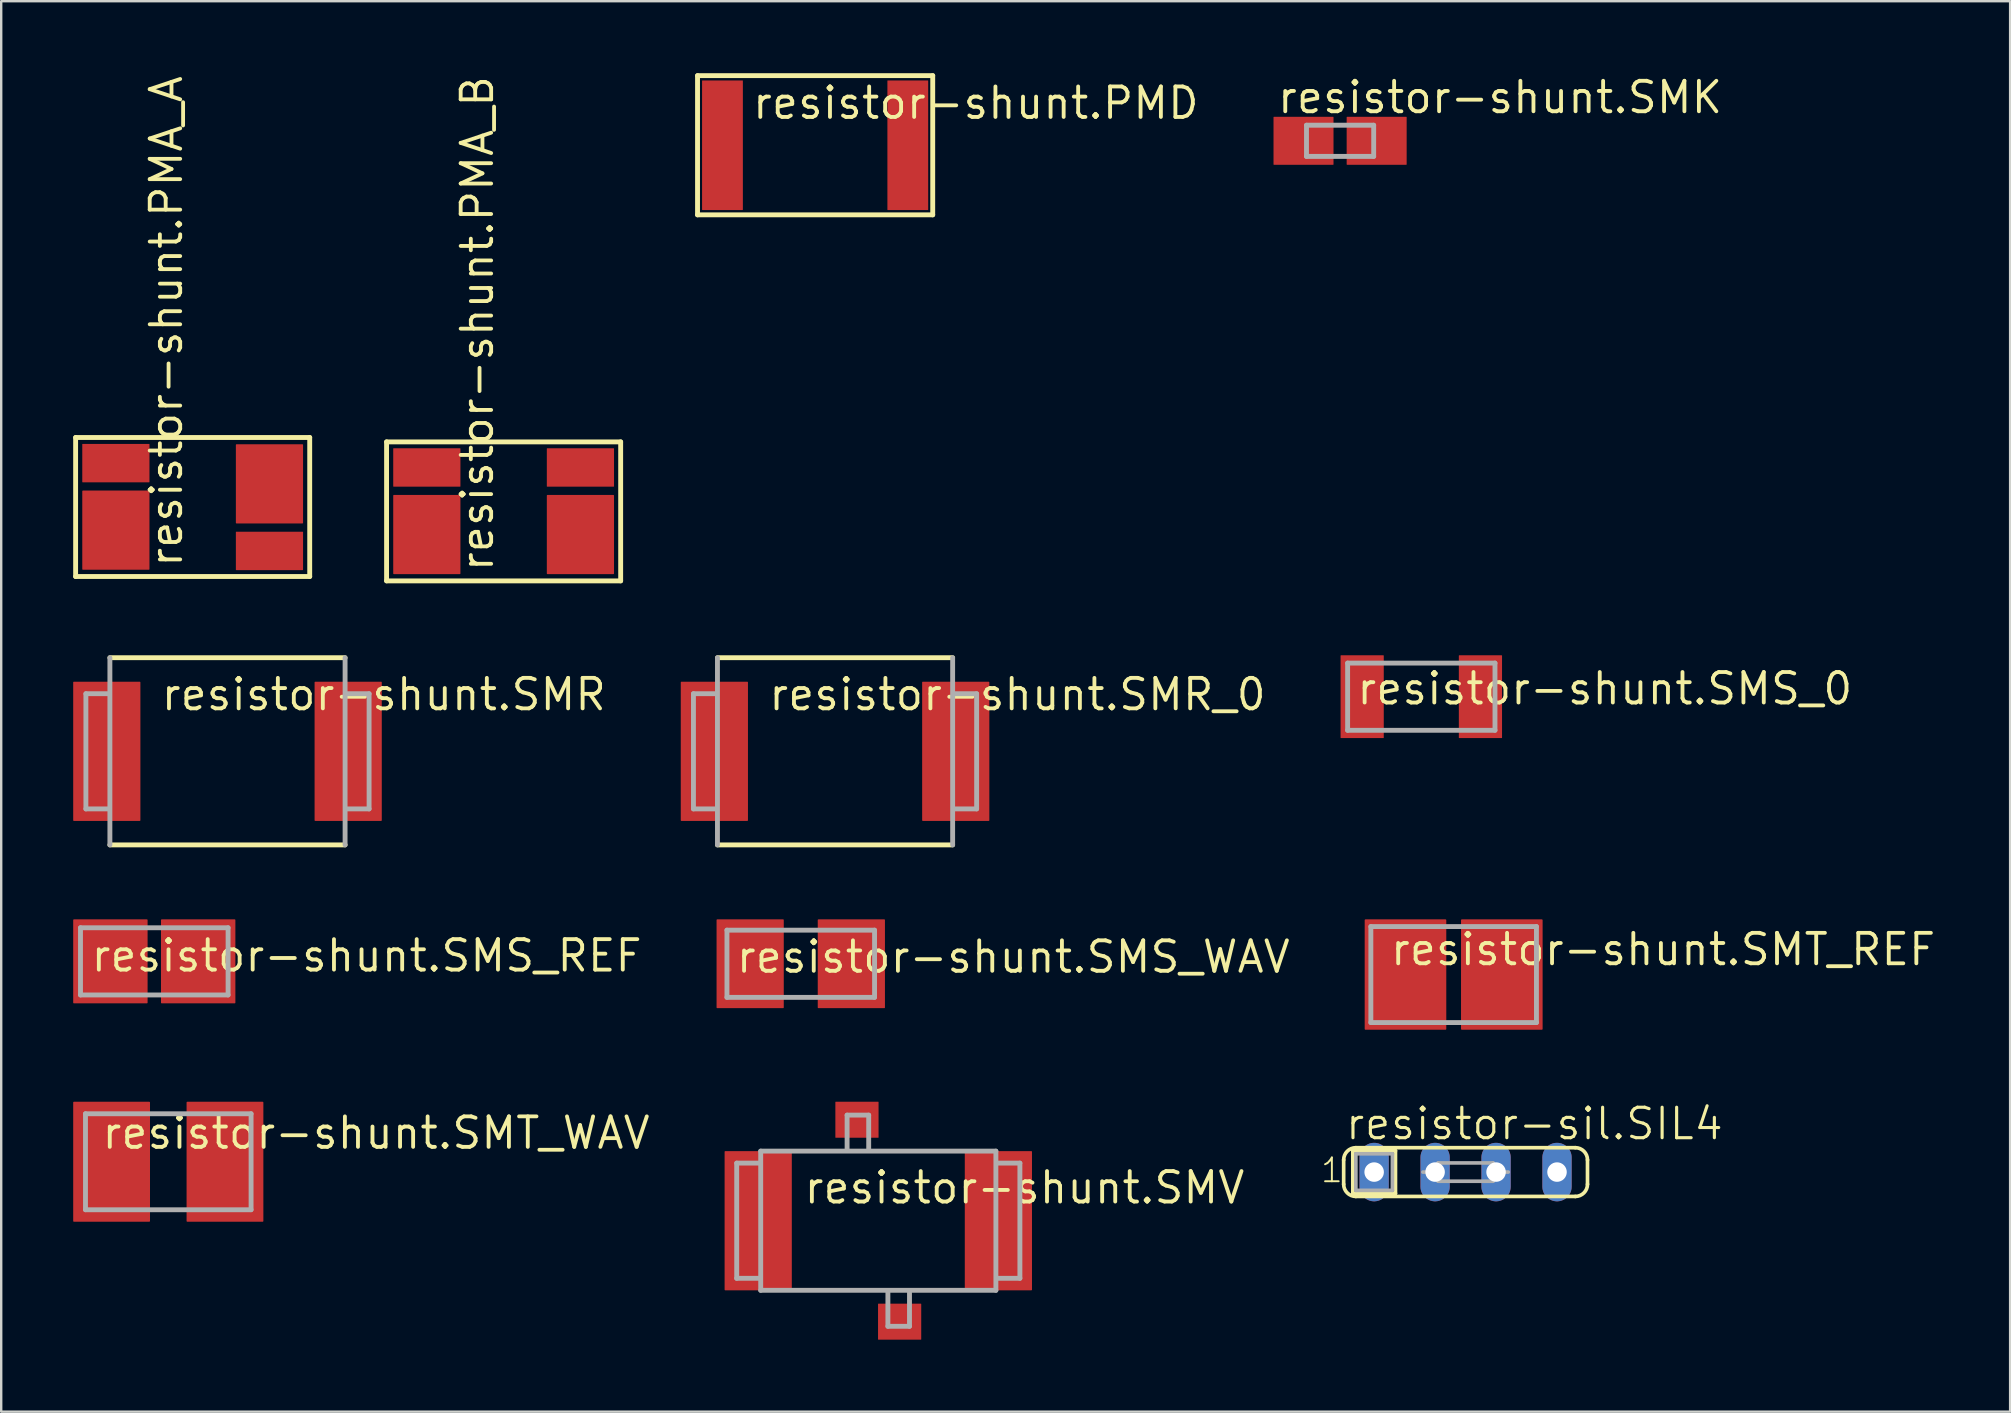
<source format=kicad_pcb>
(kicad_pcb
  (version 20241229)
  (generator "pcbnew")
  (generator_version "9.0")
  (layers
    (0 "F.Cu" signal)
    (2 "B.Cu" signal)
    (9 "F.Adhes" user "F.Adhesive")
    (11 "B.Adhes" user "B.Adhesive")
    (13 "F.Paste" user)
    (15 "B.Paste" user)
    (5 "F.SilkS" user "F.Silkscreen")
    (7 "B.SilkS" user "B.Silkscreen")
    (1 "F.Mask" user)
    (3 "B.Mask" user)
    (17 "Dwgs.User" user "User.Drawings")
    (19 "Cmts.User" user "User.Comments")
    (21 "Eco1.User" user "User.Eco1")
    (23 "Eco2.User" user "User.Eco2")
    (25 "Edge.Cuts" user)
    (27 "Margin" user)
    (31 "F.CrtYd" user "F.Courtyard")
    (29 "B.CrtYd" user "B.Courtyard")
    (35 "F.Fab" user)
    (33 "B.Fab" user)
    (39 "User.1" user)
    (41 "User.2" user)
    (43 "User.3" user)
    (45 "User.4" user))
  (footprint "resistor-shunt.PMA_B"
    (layer "F.Cu")
    (at 17.935 18.258)
    (property "Reference" "resistor-shunt.PMA_B" (at -0.356 2.591 90) (layer "F.SilkS") (effects (font (size 1.27 1.27) (thickness 0.16)) (justify left bottom)))
    (attr smd)
    (fp_line (start -4.877 -2.896) (end 4.877 -2.896) (stroke (width 0.203) (type default)) (layer "F.SilkS"))
    (fp_line (start -4.877 2.896) (end -4.877 -2.896) (stroke (width 0.203) (type default)) (layer "F.SilkS"))
    (fp_line (start 4.877 -2.896) (end 4.877 2.896) (stroke (width 0.203) (type default)) (layer "F.SilkS"))
    (fp_line (start 4.877 2.896) (end -4.877 2.896) (stroke (width 0.203) (type default)) (layer "F.SilkS"))
    (pad "A" smd roundrect (at 3.2 0.965) (size 2.8 3.3) (layers "F.Cu" "F.Mask" "F.Paste") (roundrect_rratio 0.01))
    (pad "B" smd roundrect (at -3.2 0.965) (size 2.8 3.3) (layers "F.Cu" "F.Mask" "F.Paste") (roundrect_rratio 0.01))
    (pad "SA" smd roundrect (at 3.2 -1.829) (size 2.8 1.6) (layers "F.Cu" "F.Mask" "F.Paste") (roundrect_rratio 0.01))
    (pad "SB" smd roundrect (at -3.2 -1.829) (size 2.8 1.6) (layers "F.Cu" "F.Mask" "F.Paste") (roundrect_rratio 0.01)))
  (footprint "resistor-shunt.SMR"
    (layer "F.Cu")
    (at 6.429 28.256)
    (property "Reference" "resistor-shunt.SMR" (at -2.845 -1.626 0) (layer "F.SilkS") (effects (font (size 1.27 1.27) (thickness 0.16)) (justify left bottom)))
    (attr smd)
    (fp_line (start -4.9 -3.9) (end 4.9 -3.9) (stroke (width 0.203) (type default)) (layer "F.SilkS"))
    (fp_line (start 4.9 3.9) (end -4.9 3.9) (stroke (width 0.203) (type default)) (layer "F.SilkS"))
    (fp_line (start -5.9 -2.4) (end -4.991 -2.4) (stroke (width 0.203) (type default)) (layer "F.Fab"))
    (fp_line (start -5.9 2.4) (end -5.9 -2.4) (stroke (width 0.203) (type default)) (layer "F.Fab"))
    (fp_line (start -4.94 2.4) (end -5.9 2.4) (stroke (width 0.203) (type default)) (layer "F.Fab"))
    (fp_line (start -4.9 3.9) (end -4.9 -3.9) (stroke (width 0.203) (type default)) (layer "F.Fab"))
    (fp_line (start 4.9 -3.9) (end 4.9 3.9) (stroke (width 0.203) (type default)) (layer "F.Fab"))
    (fp_line (start 4.94 -2.4) (end 5.9 -2.4) (stroke (width 0.203) (type default)) (layer "F.Fab"))
    (fp_line (start 5.9 -2.4) (end 5.9 2.4) (stroke (width 0.203) (type default)) (layer "F.Fab"))
    (fp_line (start 5.9 2.4) (end 4.94 2.4) (stroke (width 0.203) (type default)) (layer "F.Fab"))
    (pad "1" smd roundrect (at 5.029 0) (size 2.8 5.8) (layers "F.Cu" "F.Mask" "F.Paste") (roundrect_rratio 0.01))
    (pad "2" smd roundrect (at -5.029 0) (size 2.8 5.8) (layers "F.Cu" "F.Mask" "F.Paste") (roundrect_rratio 0.01)))
  (footprint "resistor-shunt.SMS_REF"
    (layer "F.Cu")
    (at 3.379 37.008)
    (property "Reference" "resistor-shunt.SMS_REF" (at -2.718 0.508 0) (layer "F.SilkS") (effects (font (size 1.27 1.27) (thickness 0.16)) (justify left bottom)))
    (attr smd)
    (fp_line (start -3.075 -1.4) (end 3.075 -1.4) (stroke (width 0.203) (type default)) (layer "F.Fab"))
    (fp_line (start -3.075 1.4) (end -3.075 -1.4) (stroke (width 0.203) (type default)) (layer "F.Fab"))
    (fp_line (start 3.075 -1.4) (end 3.075 1.4) (stroke (width 0.203) (type default)) (layer "F.Fab"))
    (fp_line (start 3.075 1.4) (end -3.075 1.4) (stroke (width 0.203) (type default)) (layer "F.Fab"))
    (pad "1" smd roundrect (at 1.829 0) (size 3.1 3.5) (layers "F.Cu" "F.Mask" "F.Paste") (roundrect_rratio 0.01))
    (pad "2" smd roundrect (at -1.829 0) (size 3.1 3.5) (layers "F.Cu" "F.Mask" "F.Paste") (roundrect_rratio 0.01)))
  (footprint "resistor-sil.SIL4"
    (layer "F.Cu")
    (at 58.018 45.788)
    (property "Reference" "resistor-sil.SIL4" (at -5.08 -1.27 0) (layer "F.SilkS") (effects (font (size 1.27 1.27) (thickness 0.13)) (justify left bottom)))
    (attr through_hole)
    (fp_line (start -5.08 0.508) (end -5.08 -0.508) (stroke (width 0.152) (type default)) (layer "F.SilkS"))
    (fp_line (start -4.699 -0.889) (end -4.699 0.889) (stroke (width 0.152) (type default)) (layer "F.SilkS"))
    (fp_line (start -2.921 -0.889) (end -4.699 -0.889) (stroke (width 0.152) (type default)) (layer "F.SilkS"))
    (fp_line (start -2.921 -0.889) (end -2.921 0.889) (stroke (width 0.152) (type default)) (layer "F.SilkS"))
    (fp_line (start -2.921 0.889) (end -4.699 0.889) (stroke (width 0.152) (type default)) (layer "F.SilkS"))
    (fp_line (start 4.572 -1.016) (end -4.572 -1.016) (stroke (width 0.152) (type default)) (layer "F.SilkS"))
    (fp_line (start 4.572 1.016) (end -4.572 1.016) (stroke (width 0.152) (type default)) (layer "F.SilkS"))
    (fp_line (start 5.08 0.508) (end 5.08 -0.508) (stroke (width 0.152) (type default)) (layer "F.SilkS"))
    (fp_arc (start -5.08 -0.508) (mid -4.93121 -0.86721) (end -4.572 -1.016) (stroke (width 0.1524) (type default)) (layer "F.SilkS"))
    (fp_arc (start -4.572 1.016) (mid -4.93121 0.86721) (end -5.08 0.508) (stroke (width 0.1524) (type default)) (layer "F.SilkS"))
    (fp_arc (start 4.572 -1.016) (mid 4.93121 -0.86721) (end 5.08 -0.508) (stroke (width 0.1524) (type default)) (layer "F.SilkS"))
    (fp_arc (start 5.08 0.508) (mid 4.93121 0.86721) (end 4.572 1.016) (stroke (width 0.1524) (type default)) (layer "F.SilkS"))
    (fp_line (start -4.572 -0.762) (end -3.048 -0.762) (stroke (width 0.152) (type default)) (layer "F.Fab"))
    (fp_line (start -4.572 0.762) (end -4.572 -0.762) (stroke (width 0.152) (type default)) (layer "F.Fab"))
    (fp_line (start -3.048 -0.762) (end -3.048 0.762) (stroke (width 0.152) (type default)) (layer "F.Fab"))
    (fp_line (start -3.048 0.762) (end -4.572 0.762) (stroke (width 0.152) (type default)) (layer "F.Fab"))
    (fp_line (start -1.778 0) (end -1.143 0) (stroke (width 0.152) (type default)) (layer "F.Fab"))
    (fp_line (start -1.143 -0.381) (end 1.143 -0.381) (stroke (width 0.152) (type default)) (layer "F.Fab"))
    (fp_line (start -1.143 0) (end -1.143 -0.381) (stroke (width 0.152) (type default)) (layer "F.Fab"))
    (fp_line (start -1.143 0.381) (end -1.143 0) (stroke (width 0.152) (type default)) (layer "F.Fab"))
    (fp_line (start 1.143 -0.381) (end 1.143 0) (stroke (width 0.152) (type default)) (layer "F.Fab"))
    (fp_line (start 1.143 0) (end 1.143 0.381) (stroke (width 0.152) (type default)) (layer "F.Fab"))
    (fp_line (start 1.143 0.381) (end -1.143 0.381) (stroke (width 0.152) (type default)) (layer "F.Fab"))
    (fp_line (start 1.778 0) (end 1.143 0) (stroke (width 0.152) (type default)) (layer "F.Fab"))
    (fp_text user "1" (at -6.096 0.508 0) (layer "F.SilkS") (effects (font (size 0.991 0.991) (thickness 0.08)) (justify left bottom)))
    (pad "1" thru_hole oval (at -3.81 0 90) (size 2.438 1.219) (drill 0.813) (layers "*.Cu" "*.Mask"))
    (pad "2" thru_hole oval (at -1.27 0 90) (size 2.438 1.219) (drill 0.813) (layers "*.Cu" "*.Mask"))
    (pad "3" thru_hole oval (at 1.27 0 90) (size 2.438 1.219) (drill 0.813) (layers "*.Cu" "*.Mask"))
    (pad "4" thru_hole oval (at 3.81 0 90) (size 2.438 1.219) (drill 0.813) (layers "*.Cu" "*.Mask")))
  (footprint "resistor-shunt.SMS_WAV"
    (layer "F.Cu")
    (at 30.316 37.108)
    (property "Reference" "resistor-shunt.SMS_WAV" (at -2.769 0.457 0) (layer "F.SilkS") (effects (font (size 1.27 1.27) (thickness 0.16)) (justify left bottom)))
    (attr smd)
    (fp_line (start -3.075 -1.4) (end 3.075 -1.4) (stroke (width 0.203) (type default)) (layer "F.Fab"))
    (fp_line (start -3.075 1.4) (end -3.075 -1.4) (stroke (width 0.203) (type default)) (layer "F.Fab"))
    (fp_line (start 3.075 -1.4) (end 3.075 1.4) (stroke (width 0.203) (type default)) (layer "F.Fab"))
    (fp_line (start 3.075 1.4) (end -3.075 1.4) (stroke (width 0.203) (type default)) (layer "F.Fab"))
    (pad "1" smd roundrect (at 2.108 0) (size 2.8 3.7) (layers "F.Cu" "F.Mask" "F.Paste") (roundrect_rratio 0.01))
    (pad "2" smd roundrect (at -2.108 0) (size 2.8 3.7) (layers "F.Cu" "F.Mask" "F.Paste") (roundrect_rratio 0.01)))
  (footprint "resistor-shunt.SMV"
    (layer "F.Cu")
    (at 33.547 47.815)
    (property "Reference" "resistor-shunt.SMV" (at -3.175 -0.635 0) (layer "F.SilkS") (effects (font (size 1.27 1.27) (thickness 0.16)) (justify left bottom)))
    (attr smd)
    (fp_line (start -5.9 -2.4) (end -4.94 -2.4) (stroke (width 0.203) (type default)) (layer "F.Fab"))
    (fp_line (start -5.9 2.4) (end -5.9 -2.4) (stroke (width 0.203) (type default)) (layer "F.Fab"))
    (fp_line (start -4.965 2.4) (end -5.9 2.4) (stroke (width 0.203) (type default)) (layer "F.Fab"))
    (fp_line (start -4.9 -2.9) (end 4.9 -2.9) (stroke (width 0.203) (type default)) (layer "F.Fab"))
    (fp_line (start -4.9 2.9) (end -4.9 -2.9) (stroke (width 0.203) (type default)) (layer "F.Fab"))
    (fp_line (start -1.3 -4.4) (end -0.4 -4.4) (stroke (width 0.203) (type default)) (layer "F.Fab"))
    (fp_line (start -1.3 -2.994) (end -1.3 -4.4) (stroke (width 0.203) (type default)) (layer "F.Fab"))
    (fp_line (start -0.4 -2.994) (end -0.4 -4.4) (stroke (width 0.203) (type default)) (layer "F.Fab"))
    (fp_line (start 0.4 2.994) (end 0.4 4.4) (stroke (width 0.203) (type default)) (layer "F.Fab"))
    (fp_line (start 1.3 2.994) (end 1.3 4.4) (stroke (width 0.203) (type default)) (layer "F.Fab"))
    (fp_line (start 1.3 4.4) (end 0.4 4.4) (stroke (width 0.203) (type default)) (layer "F.Fab"))
    (fp_line (start 4.9 -2.9) (end 4.9 2.9) (stroke (width 0.203) (type default)) (layer "F.Fab"))
    (fp_line (start 4.9 2.9) (end -4.9 2.9) (stroke (width 0.203) (type default)) (layer "F.Fab"))
    (fp_line (start 4.94 -2.4) (end 5.9 -2.4) (stroke (width 0.203) (type default)) (layer "F.Fab"))
    (fp_line (start 5.9 -2.4) (end 5.9 2.4) (stroke (width 0.203) (type default)) (layer "F.Fab"))
    (fp_line (start 5.9 2.4) (end 4.94 2.4) (stroke (width 0.203) (type default)) (layer "F.Fab"))
    (pad "I1" smd roundrect (at 5.004 0) (size 2.8 5.8) (layers "F.Cu" "F.Mask" "F.Paste") (roundrect_rratio 0.01))
    (pad "I2" smd roundrect (at -5.004 0) (size 2.8 5.8) (layers "F.Cu" "F.Mask" "F.Paste") (roundrect_rratio 0.01))
    (pad "U1" smd roundrect (at 0.889 4.207) (size 1.8 1.5) (layers "F.Cu" "F.Mask" "F.Paste") (roundrect_rratio 0.01))
    (pad "U2" smd roundrect (at -0.889 -4.207) (size 1.8 1.5) (layers "F.Cu" "F.Mask" "F.Paste") (roundrect_rratio 0.01)))
  (footprint "resistor-shunt.SMT_REF"
    (layer "F.Cu")
    (at 57.521 37.558)
    (property "Reference" "resistor-shunt.SMT_REF" (at -2.718 -0.305 0) (layer "F.SilkS") (effects (font (size 1.27 1.27) (thickness 0.16)) (justify left bottom)))
    (attr smd)
    (fp_line (start -3.45 -2) (end 3.45 -2) (stroke (width 0.203) (type default)) (layer "F.Fab"))
    (fp_line (start -3.45 2) (end -3.45 -2) (stroke (width 0.203) (type default)) (layer "F.Fab"))
    (fp_line (start 3.45 -2) (end 3.45 2) (stroke (width 0.203) (type default)) (layer "F.Fab"))
    (fp_line (start 3.45 2) (end -3.45 2) (stroke (width 0.203) (type default)) (layer "F.Fab"))
    (pad "1" smd roundrect (at 2.007 0) (size 3.4 4.6) (layers "F.Cu" "F.Mask" "F.Paste") (roundrect_rratio 0.01))
    (pad "2" smd roundrect (at -2.007 0) (size 3.4 4.6) (layers "F.Cu" "F.Mask" "F.Paste") (roundrect_rratio 0.01)))
  (footprint "resistor-shunt.PMD"
    (layer "F.Cu")
    (at 30.915 3.002)
    (property "Reference" "resistor-shunt.PMD" (at -2.692 -1.016 0) (layer "F.SilkS") (effects (font (size 1.27 1.27) (thickness 0.16)) (justify left bottom)))
    (attr smd)
    (fp_line (start -4.9 -2.9) (end -4.9 2.9) (stroke (width 0.203) (type default)) (layer "F.SilkS"))
    (fp_line (start -4.9 2.9) (end 4.9 2.9) (stroke (width 0.203) (type default)) (layer "F.SilkS"))
    (fp_line (start 4.9 -2.9) (end -4.9 -2.9) (stroke (width 0.203) (type default)) (layer "F.SilkS"))
    (fp_line (start 4.9 2.9) (end 4.9 -2.9) (stroke (width 0.203) (type default)) (layer "F.SilkS"))
    (pad "1" smd roundrect (at 3.861 0) (size 1.7 5.4) (layers "F.Cu" "F.Mask" "F.Paste") (roundrect_rratio 0.01))
    (pad "2" smd roundrect (at -3.861 0) (size 1.7 5.4) (layers "F.Cu" "F.Mask" "F.Paste") (roundrect_rratio 0.01)))
  (footprint "resistor-shunt.SMT_WAV"
    (layer "F.Cu")
    (at 3.962 45.358)
    (property "Reference" "resistor-shunt.SMT_WAV" (at -2.845 -0.457 0) (layer "F.SilkS") (effects (font (size 1.27 1.27) (thickness 0.16)) (justify left bottom)))
    (attr smd)
    (fp_line (start -3.45 -2) (end 3.45 -2) (stroke (width 0.203) (type default)) (layer "F.Fab"))
    (fp_line (start -3.45 2) (end -3.45 -2) (stroke (width 0.203) (type default)) (layer "F.Fab"))
    (fp_line (start 3.45 -2) (end 3.45 2) (stroke (width 0.203) (type default)) (layer "F.Fab"))
    (fp_line (start 3.45 2) (end -3.45 2) (stroke (width 0.203) (type default)) (layer "F.Fab"))
    (pad "1" smd roundrect (at 2.362 0) (size 3.2 5) (layers "F.Cu" "F.Mask" "F.Paste") (roundrect_rratio 0.01))
    (pad "2" smd roundrect (at -2.362 0) (size 3.2 5) (layers "F.Cu" "F.Mask" "F.Paste") (roundrect_rratio 0.01)))
  (footprint "resistor-shunt.SMR_0"
    (layer "F.Cu")
    (at 31.745 28.256)
    (property "Reference" "resistor-shunt.SMR_0" (at -2.845 -1.626 0) (layer "F.SilkS") (effects (font (size 1.27 1.27) (thickness 0.16)) (justify left bottom)))
    (attr smd)
    (fp_line (start -4.9 -3.9) (end 4.9 -3.9) (stroke (width 0.203) (type default)) (layer "F.SilkS"))
    (fp_line (start 4.9 3.9) (end -4.9 3.9) (stroke (width 0.203) (type default)) (layer "F.SilkS"))
    (fp_line (start -5.9 -2.4) (end -4.94 -2.4) (stroke (width 0.203) (type default)) (layer "F.Fab"))
    (fp_line (start -5.9 2.4) (end -5.9 -2.4) (stroke (width 0.203) (type default)) (layer "F.Fab"))
    (fp_line (start -4.94 2.4) (end -5.9 2.4) (stroke (width 0.203) (type default)) (layer "F.Fab"))
    (fp_line (start -4.9 3.9) (end -4.9 -3.9) (stroke (width 0.203) (type default)) (layer "F.Fab"))
    (fp_line (start 4.9 -3.9) (end 4.9 3.9) (stroke (width 0.203) (type default)) (layer "F.Fab"))
    (fp_line (start 4.94 -2.4) (end 5.9 -2.4) (stroke (width 0.203) (type default)) (layer "F.Fab"))
    (fp_line (start 5.9 -2.4) (end 5.9 2.4) (stroke (width 0.203) (type default)) (layer "F.Fab"))
    (fp_line (start 5.9 2.4) (end 4.94 2.4) (stroke (width 0.203) (type default)) (layer "F.Fab"))
    (pad "1" smd roundrect (at 5.029 0) (size 2.8 5.8) (layers "F.Cu" "F.Mask" "F.Paste") (roundrect_rratio 0.01))
    (pad "2" smd roundrect (at -5.029 0) (size 2.8 5.8) (layers "F.Cu" "F.Mask" "F.Paste") (roundrect_rratio 0.01)))
  (footprint "resistor-shunt.SMS_0"
    (layer "F.Cu")
    (at 56.173 25.98)
    (property "Reference" "resistor-shunt.SMS_0" (at -2.769 0.406 0) (layer "F.SilkS") (effects (font (size 1.27 1.27) (thickness 0.16)) (justify left bottom)))
    (attr smd)
    (fp_line (start -3.07 -1.4) (end 3.07 -1.4) (stroke (width 0.203) (type default)) (layer "F.Fab"))
    (fp_line (start -3.07 1.4) (end -3.07 -1.4) (stroke (width 0.203) (type default)) (layer "F.Fab"))
    (fp_line (start 3.07 -1.4) (end 3.07 1.4) (stroke (width 0.203) (type default)) (layer "F.Fab"))
    (fp_line (start 3.07 1.4) (end -3.07 1.4) (stroke (width 0.203) (type default)) (layer "F.Fab"))
    (pad "1" smd roundrect (at 2.464 0) (size 1.8 3.45) (layers "F.Cu" "F.Mask" "F.Paste") (roundrect_rratio 0.01))
    (pad "2" smd roundrect (at -2.464 0) (size 1.8 3.45) (layers "F.Cu" "F.Mask" "F.Paste") (roundrect_rratio 0.01)))
  (footprint "resistor-shunt.PMA_A"
    (layer "F.Cu")
    (at 4.978 18.076)
    (property "Reference" "resistor-shunt.PMA_A" (at -0.356 2.591 90) (layer "F.SilkS") (effects (font (size 1.27 1.27) (thickness 0.16)) (justify left bottom)))
    (attr smd)
    (fp_line (start -4.877 -2.896) (end 4.877 -2.896) (stroke (width 0.203) (type default)) (layer "F.SilkS"))
    (fp_line (start -4.877 2.896) (end -4.877 -2.896) (stroke (width 0.203) (type default)) (layer "F.SilkS"))
    (fp_line (start 4.877 -2.896) (end 4.877 2.896) (stroke (width 0.203) (type default)) (layer "F.SilkS"))
    (fp_line (start 4.877 2.896) (end -4.877 2.896) (stroke (width 0.203) (type default)) (layer "F.SilkS"))
    (pad "A" smd roundrect (at 3.2 -0.965) (size 2.8 3.3) (layers "F.Cu" "F.Mask" "F.Paste") (roundrect_rratio 0.01))
    (pad "B" smd roundrect (at -3.2 0.965) (size 2.8 3.3) (layers "F.Cu" "F.Mask" "F.Paste") (roundrect_rratio 0.01))
    (pad "SA" smd roundrect (at 3.2 1.829) (size 2.8 1.6) (layers "F.Cu" "F.Mask" "F.Paste") (roundrect_rratio 0.01))
    (pad "SB" smd roundrect (at -3.2 -1.829) (size 2.8 1.6) (layers "F.Cu" "F.Mask" "F.Paste") (roundrect_rratio 0.01)))
  (footprint "resistor-shunt.SMK"
    (layer "F.Cu")
    (at 52.789 2.817)
    (property "Reference" "resistor-shunt.SMK" (at -2.692 -1.067 0) (layer "F.SilkS") (effects (font (size 1.27 1.27) (thickness 0.16)) (justify left bottom)))
    (attr smd)
    (fp_line (start -1.4 -0.65) (end 1.4 -0.65) (stroke (width 0.203) (type default)) (layer "F.Fab"))
    (fp_line (start -1.4 0.65) (end -1.4 -0.65) (stroke (width 0.203) (type default)) (layer "F.Fab"))
    (fp_line (start 1.4 -0.65) (end 1.4 0.65) (stroke (width 0.203) (type default)) (layer "F.Fab"))
    (fp_line (start 1.4 0.65) (end -1.4 0.65) (stroke (width 0.203) (type default)) (layer "F.Fab"))
    (pad "1" smd roundrect (at 1.524 0) (size 2.5 2) (layers "F.Cu" "F.Mask" "F.Paste") (roundrect_rratio 0.01))
    (pad "2" smd roundrect (at -1.524 0) (size 2.5 2) (layers "F.Cu" "F.Mask" "F.Paste") (roundrect_rratio 0.01)))
  (gr_rect
    (start -3 -3)
    (end 80.708 55.772)
    (stroke (width 0.1) (type default))
    (fill no)
    (layer "Edge.Cuts")))
</source>
